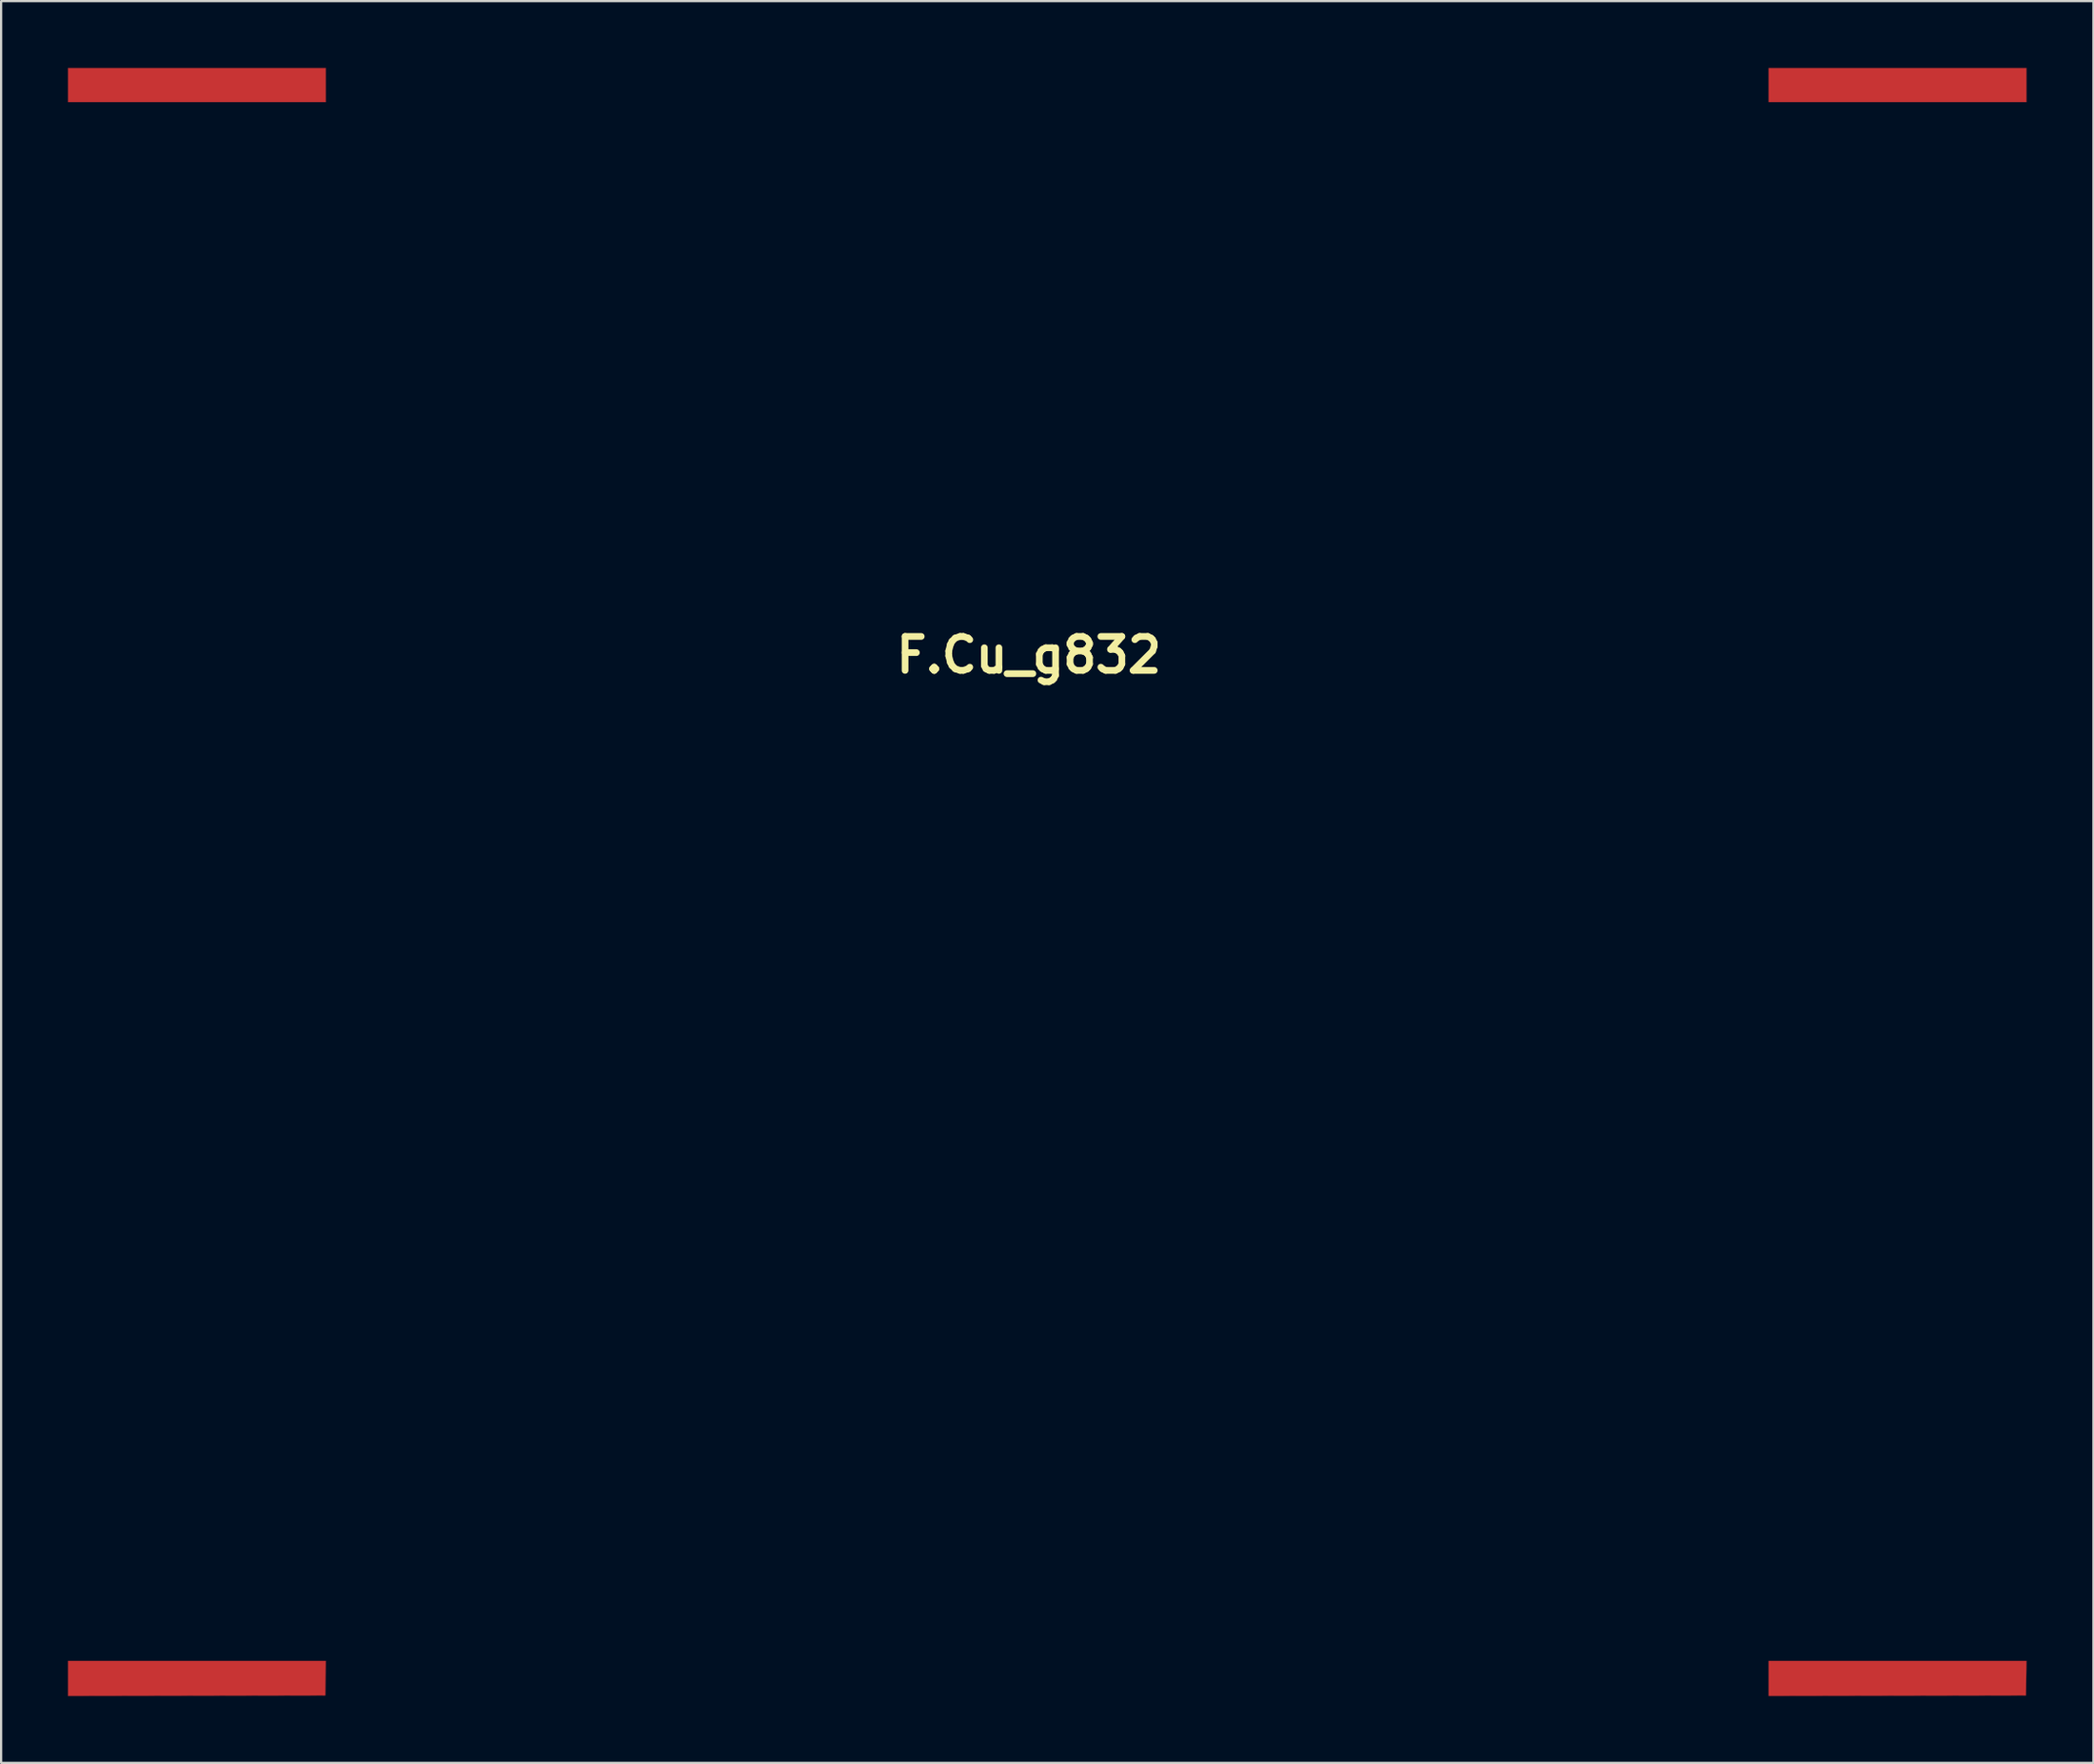
<source format=kicad_pcb>
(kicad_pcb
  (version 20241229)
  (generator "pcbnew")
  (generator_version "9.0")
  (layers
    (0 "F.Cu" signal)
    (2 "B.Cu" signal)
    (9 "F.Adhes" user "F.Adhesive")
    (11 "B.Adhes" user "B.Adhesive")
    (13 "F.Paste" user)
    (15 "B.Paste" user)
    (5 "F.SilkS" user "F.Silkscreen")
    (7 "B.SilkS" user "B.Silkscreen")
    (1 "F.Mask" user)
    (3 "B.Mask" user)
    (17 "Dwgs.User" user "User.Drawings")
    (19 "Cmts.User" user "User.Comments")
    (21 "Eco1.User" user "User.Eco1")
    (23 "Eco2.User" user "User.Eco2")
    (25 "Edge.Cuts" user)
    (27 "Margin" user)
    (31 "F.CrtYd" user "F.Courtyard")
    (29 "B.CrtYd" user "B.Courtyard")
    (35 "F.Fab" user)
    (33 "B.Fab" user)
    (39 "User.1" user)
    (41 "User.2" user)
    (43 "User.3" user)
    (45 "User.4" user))
  (footprint "F.Cu_g832"
    (layer "F.Cu")
    (at 43.1 26.336)
    (property "Reference" "F.Cu_g832" (at 0 0 0) (layer "F.SilkS") (effects (font (size 1.524 1.524) (thickness 0.3))))
    (attr through_hole)
    (fp_poly (pts (xy -31.538 -24.807) (xy -43.095 -24.807) (xy -43.095 -26.331) (xy -31.538 -26.331) (xy -31.538 -24.807)) (stroke (width 0.01) (type solid)) (fill yes) (layer "F.Cu"))
    (fp_poly (pts (xy 44.746 -24.807) (xy 33.189 -24.807) (xy 33.189 -26.331) (xy 44.746 -26.331) (xy 44.746 -24.807)) (stroke (width 0.01) (type solid)) (fill yes) (layer "F.Cu"))
    (fp_poly (pts (xy -31.548 45.9) (xy -31.559 46.672) (xy -37.327 46.683) (xy -43.095 46.694) (xy -43.095 45.127) (xy -31.536 45.127) (xy -31.548 45.9)) (stroke (width 0.01) (type solid)) (fill yes) (layer "F.Cu"))
    (fp_poly (pts (xy 44.737 45.9) (xy 44.725 46.672) (xy 38.957 46.683) (xy 33.189 46.694) (xy 33.189 45.127) (xy 44.748 45.127) (xy 44.737 45.9)) (stroke (width 0.01) (type solid)) (fill yes) (layer "F.Cu")))
  (gr_rect
    (start -3 -3)
    (end 90.854 76.035)
    (stroke (width 0.1) (type default))
    (fill no)
    (layer "Edge.Cuts")))
</source>
